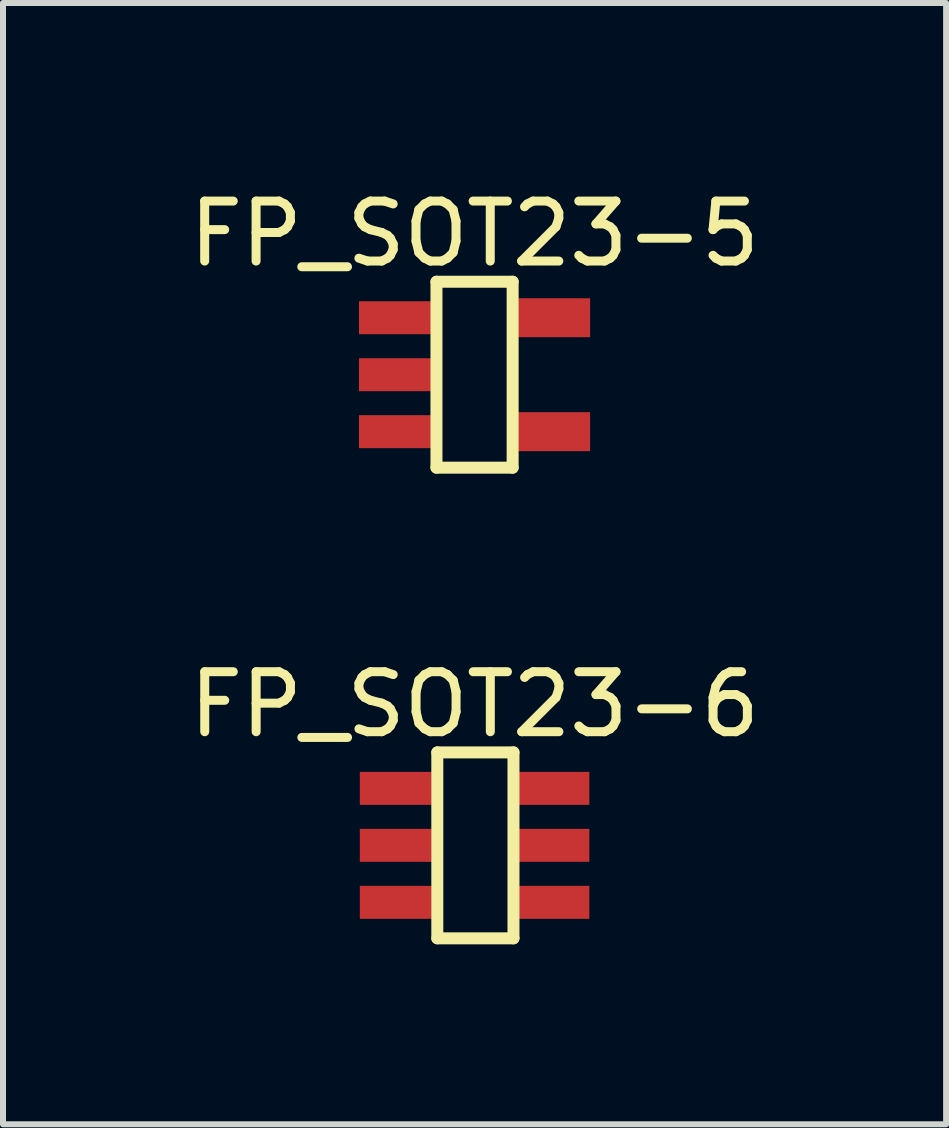
<source format=kicad_pcb>
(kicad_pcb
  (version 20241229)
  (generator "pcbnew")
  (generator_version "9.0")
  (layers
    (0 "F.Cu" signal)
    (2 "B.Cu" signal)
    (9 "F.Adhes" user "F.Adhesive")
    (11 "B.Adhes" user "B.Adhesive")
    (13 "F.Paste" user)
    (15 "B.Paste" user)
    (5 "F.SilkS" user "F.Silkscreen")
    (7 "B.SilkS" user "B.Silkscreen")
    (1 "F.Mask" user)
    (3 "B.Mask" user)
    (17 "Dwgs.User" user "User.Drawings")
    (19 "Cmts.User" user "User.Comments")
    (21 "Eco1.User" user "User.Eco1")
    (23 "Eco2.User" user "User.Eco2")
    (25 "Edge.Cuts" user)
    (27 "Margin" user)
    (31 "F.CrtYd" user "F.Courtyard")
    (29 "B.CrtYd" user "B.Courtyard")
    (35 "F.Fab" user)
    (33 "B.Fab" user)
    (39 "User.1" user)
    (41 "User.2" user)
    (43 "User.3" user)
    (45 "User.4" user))
  (footprint "FP_SOT23-6"
    (layer "F.Cu")
    (at 4.877 11.046)
    (property "Reference" "FP_SOT23-6" (at -0.013 -2.35 0) (layer "F.SilkS") (effects (font (size 1 1) (thickness 0.15))))
    (fp_line (start -0.635 -1.55) (end 0.635 -1.55) (stroke (width 0.2) (type solid)) (layer "F.SilkS"))
    (fp_line (start -0.635 1.55) (end -0.635 -1.55) (stroke (width 0.2) (type solid)) (layer "F.SilkS"))
    (fp_line (start -0.635 1.55) (end 0.635 1.55) (stroke (width 0.2) (type solid)) (layer "F.SilkS"))
    (fp_line (start 0.635 1.55) (end 0.635 -1.55) (stroke (width 0.2) (type solid)) (layer "F.SilkS"))
    (pad "1" smd rect (at -1.327 -0.95 90) (size 0.55 1.2) (layers "F.Cu" "F.Mask" "F.Paste"))
    (pad "2" smd rect (at -1.327 0 90) (size 0.55 1.2) (layers "F.Cu" "F.Mask" "F.Paste"))
    (pad "3" smd rect (at -1.327 0.95 90) (size 0.55 1.2) (layers "F.Cu" "F.Mask" "F.Paste"))
    (pad "4" smd rect (at 1.3 0.95 90) (size 0.55 1.2) (layers "F.Cu" "F.Mask" "F.Paste"))
    (pad "5" smd rect (at 1.3 0 90) (size 0.55 1.2) (layers "F.Cu" "F.Mask" "F.Paste"))
    (pad "6" smd rect (at 1.3 -0.95 90) (size 0.55 1.2) (layers "F.Cu" "F.Mask" "F.Paste")))
  (footprint "FP_SOT23-5"
    (layer "F.Cu")
    (at 4.863 3.198)
    (property "Reference" "FP_SOT23-5" (at 0 -2.35 0) (layer "F.SilkS") (effects (font (size 1 1) (thickness 0.15))))
    (fp_line (start -0.635 -1.55) (end 0.635 -1.55) (stroke (width 0.2) (type solid)) (layer "F.SilkS"))
    (fp_line (start -0.635 1.55) (end -0.635 -1.55) (stroke (width 0.2) (type solid)) (layer "F.SilkS"))
    (fp_line (start -0.635 1.55) (end 0.635 1.55) (stroke (width 0.2) (type solid)) (layer "F.SilkS"))
    (fp_line (start 0.635 1.55) (end 0.635 -1.55) (stroke (width 0.2) (type solid)) (layer "F.SilkS"))
    (pad "1" smd rect (at -1.327 -0.95 90) (size 0.55 1.2) (layers "F.Cu" "F.Mask" "F.Paste"))
    (pad "2" smd rect (at -1.327 0 90) (size 0.55 1.2) (layers "F.Cu" "F.Mask" "F.Paste"))
    (pad "3" smd rect (at -1.327 0.95 90) (size 0.55 1.2) (layers "F.Cu" "F.Mask" "F.Paste"))
    (pad "4" smd rect (at 1.327 0.95 90) (size 0.65 1.2) (layers "F.Cu" "F.Mask" "F.Paste"))
    (pad "5" smd rect (at 1.327 -0.95 90) (size 0.65 1.2) (layers "F.Cu" "F.Mask" "F.Paste")))
  (gr_rect
    (start -3 -3)
    (end 12.726 15.697)
    (stroke (width 0.1) (type default))
    (fill no)
    (layer "Edge.Cuts")))
</source>
